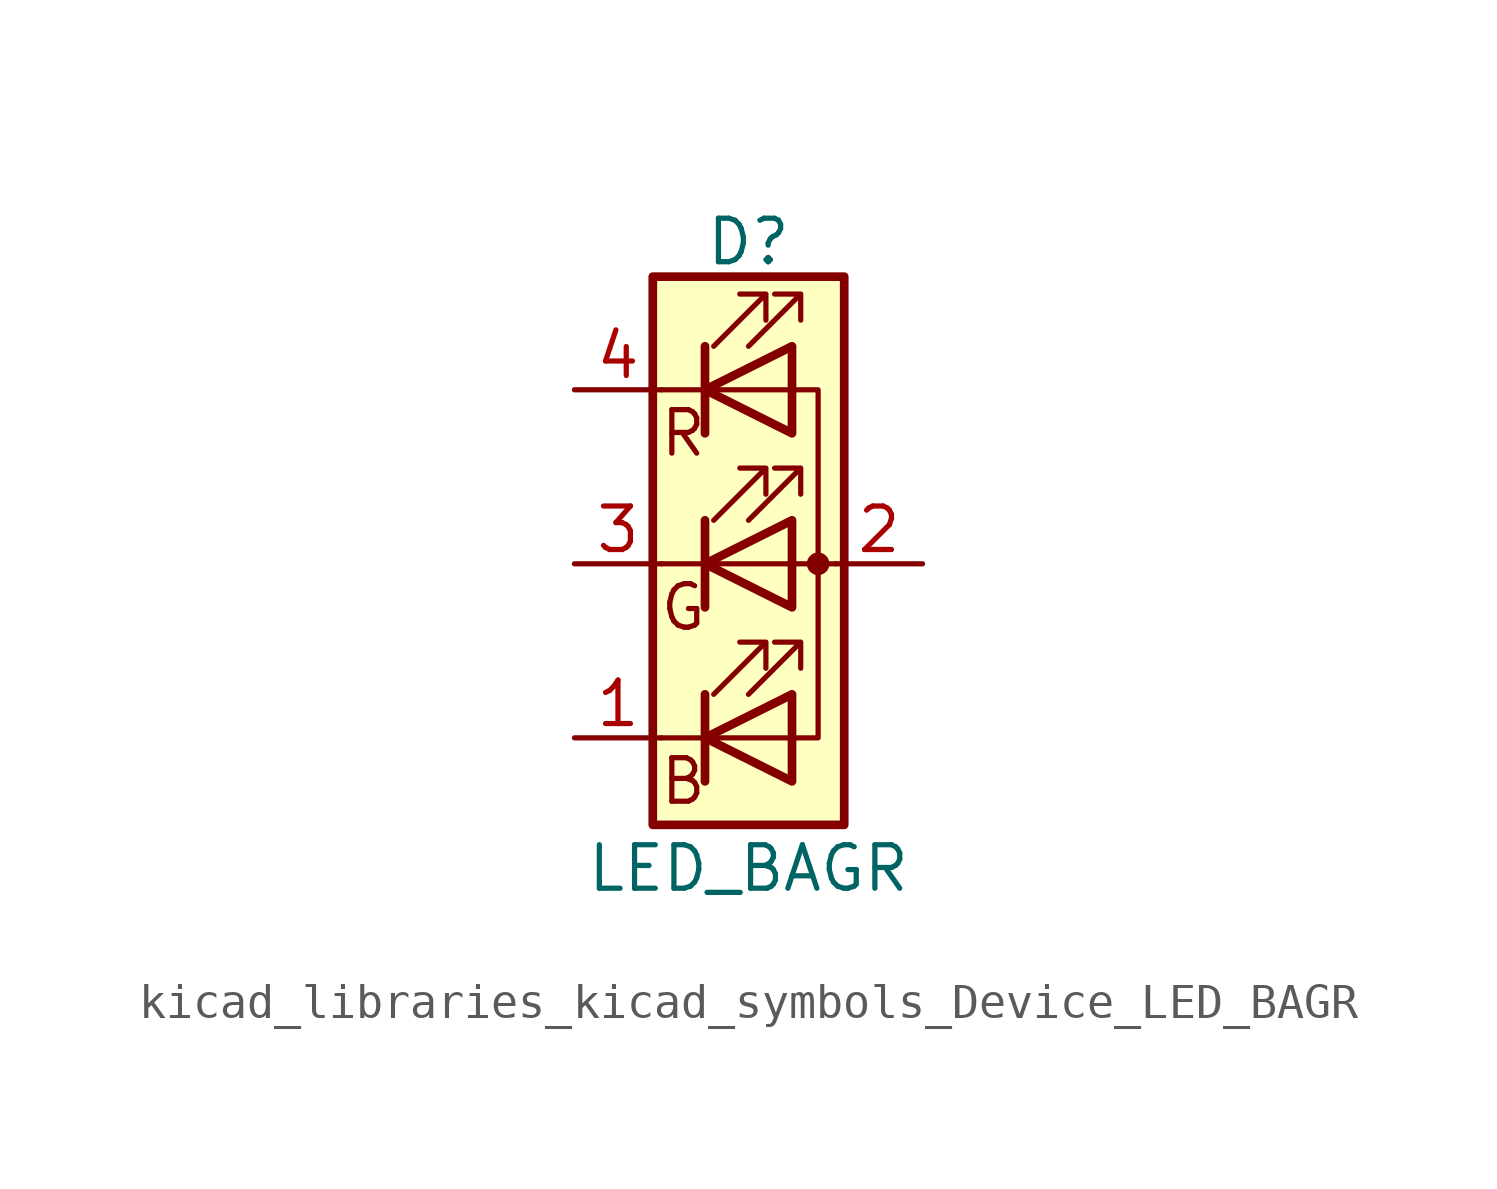
<source format=kicad_sym>
(kicad_symbol_lib
  (version 20220914)
  (generator kicad_symbol_editor)
  (symbol "kicad_libraries_kicad_symbols_Device_LED_BAGR"
    (pin_names
      (offset 0) hide)
    (property "Reference" "D"
      (at 0 9.398 0)
      (effects (font (size 1.27 1.27))))
    (property "Value" "LED_BAGR"
      (at 0 -8.89 0)
      (effects (font (size 1.27 1.27))))
    (symbol "kicad_libraries_kicad_symbols_Device_LED_BAGR_0_0"
      (text "B" (at -1.905 -6.35 0) (effects (font (size 1.27 1.27))))
      (text "G" (at -1.905 -1.27 0) (effects (font (size 1.27 1.27))))
      (text "R" (at -1.905 3.81 0) (effects (font (size 1.27 1.27)))))
    (symbol "kicad_libraries_kicad_symbols_Device_LED_BAGR_0_1"
      (polyline (pts (xy -1.27 -5.08) (xy -2.54 -5.08)) (stroke (width 0) (type default)) (fill (type none)))
      (polyline (pts (xy -1.27 -5.08) (xy 1.27 -5.08)) (stroke (width 0) (type default)) (fill (type none)))
      (polyline (pts (xy -1.27 -3.81) (xy -1.27 -6.35)) (stroke (width 0.254) (type default)) (fill (type none)))
      (polyline (pts (xy -1.27 0) (xy -2.54 0)) (stroke (width 0) (type default)) (fill (type none)))
      (polyline (pts (xy -1.27 1.27) (xy -1.27 -1.27)) (stroke (width 0.254) (type default)) (fill (type none)))
      (polyline (pts (xy -1.27 5.08) (xy -2.54 5.08)) (stroke (width 0) (type default)) (fill (type none)))
      (polyline (pts (xy -1.27 5.08) (xy 1.27 5.08)) (stroke (width 0) (type default)) (fill (type none)))
      (polyline (pts (xy -1.27 6.35) (xy -1.27 3.81)) (stroke (width 0.254) (type default)) (fill (type none)))
      (polyline (pts (xy 1.27 0) (xy -1.27 0)) (stroke (width 0) (type default)) (fill (type none)))
      (polyline (pts (xy 1.27 0) (xy 2.54 0)) (stroke (width 0) (type default)) (fill (type none)))
      (polyline (pts (xy -1.27 1.27) (xy -1.27 -1.27) (xy -1.27 -1.27)) (stroke (width 0) (type default)) (fill (type none)))
      (polyline (pts (xy -1.27 6.35) (xy -1.27 3.81) (xy -1.27 3.81)) (stroke (width 0) (type default)) (fill (type none)))
      (polyline (pts (xy 1.27 -5.08) (xy 2.032 -5.08) (xy 2.032 5.08) (xy 1.27 5.08)) (stroke (width 0) (type default)) (fill (type none)))
      (polyline (pts (xy 1.27 -3.81) (xy 1.27 -6.35) (xy -1.27 -5.08) (xy 1.27 -3.81)) (stroke (width 0.254) (type default)) (fill (type none)))
      (polyline (pts (xy 1.27 1.27) (xy 1.27 -1.27) (xy -1.27 0) (xy 1.27 1.27)) (stroke (width 0.254) (type default)) (fill (type none)))
      (polyline (pts (xy 1.27 6.35) (xy 1.27 3.81) (xy -1.27 5.08) (xy 1.27 6.35)) (stroke (width 0.254) (type default)) (fill (type none)))
      (polyline (pts (xy -1.016 -3.81) (xy 0.508 -2.286) (xy -0.254 -2.286) (xy 0.508 -2.286) (xy 0.508 -3.048)) (stroke (width 0) (type default)) (fill (type none)))
      (polyline (pts (xy -1.016 1.27) (xy 0.508 2.794) (xy -0.254 2.794) (xy 0.508 2.794) (xy 0.508 2.032)) (stroke (width 0) (type default)) (fill (type none)))
      (polyline (pts (xy -1.016 6.35) (xy 0.508 7.874) (xy -0.254 7.874) (xy 0.508 7.874) (xy 0.508 7.112)) (stroke (width 0) (type default)) (fill (type none)))
      (polyline (pts (xy 0 -3.81) (xy 1.524 -2.286) (xy 0.762 -2.286) (xy 1.524 -2.286) (xy 1.524 -3.048)) (stroke (width 0) (type default)) (fill (type none)))
      (polyline (pts (xy 0 1.27) (xy 1.524 2.794) (xy 0.762 2.794) (xy 1.524 2.794) (xy 1.524 2.032)) (stroke (width 0) (type default)) (fill (type none)))
      (polyline (pts (xy 0 6.35) (xy 1.524 7.874) (xy 0.762 7.874) (xy 1.524 7.874) (xy 1.524 7.112)) (stroke (width 0) (type default)) (fill (type none)))
      (rectangle (start 1.27 -1.27) (end 1.27 1.27) (stroke (width 0) (type default)) (fill (type none)))
      (rectangle (start 1.27 1.27) (end 1.27 1.27) (stroke (width 0) (type default)) (fill (type none)))
      (rectangle (start 1.27 3.81) (end 1.27 6.35) (stroke (width 0) (type default)) (fill (type none)))
      (rectangle (start 1.27 6.35) (end 1.27 6.35) (stroke (width 0) (type default)) (fill (type none)))
      (circle (center 2.032 0) (radius 0.254) (stroke (width 0) (type default)) (fill (type outline)))
      (rectangle (start 2.794 8.382) (end -2.794 -7.62) (stroke (width 0.254) (type default)) (fill (type background))))
    (symbol "kicad_libraries_kicad_symbols_Device_LED_BAGR_1_1"
      (pin passive line (at -5.08 -5.08 0) (length 2.54) (name "BK" (effects (font (size 1.27 1.27)))) (number "1" (effects (font (size 1.27 1.27)))))
      (pin passive line (at 5.08 0 180) (length 2.54) (name "A" (effects (font (size 1.27 1.27)))) (number "2" (effects (font (size 1.27 1.27)))))
      (pin passive line (at -5.08 0 0) (length 2.54) (name "GK" (effects (font (size 1.27 1.27)))) (number "3" (effects (font (size 1.27 1.27)))))
      (pin passive line (at -5.08 5.08 0) (length 2.54) (name "RK" (effects (font (size 1.27 1.27)))) (number "4" (effects (font (size 1.27 1.27))))))))
</source>
